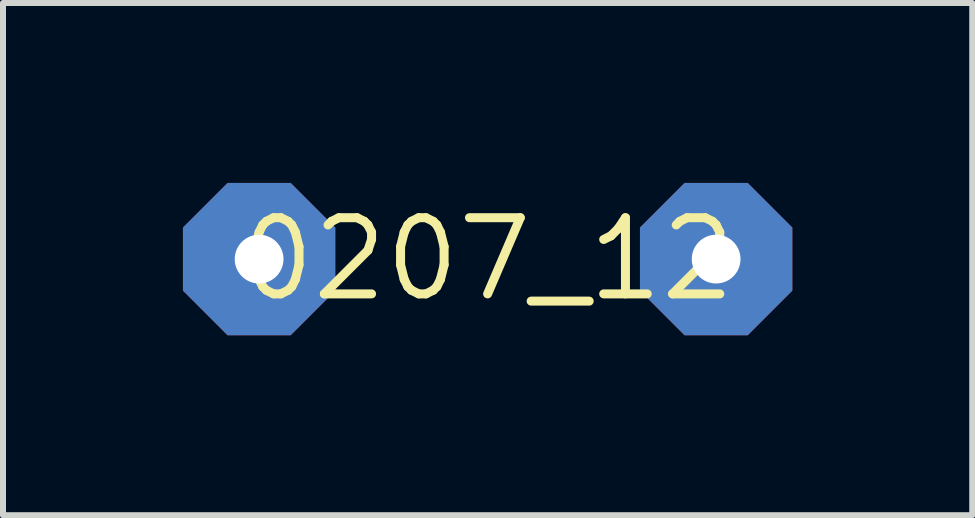
<source format=kicad_pcb>
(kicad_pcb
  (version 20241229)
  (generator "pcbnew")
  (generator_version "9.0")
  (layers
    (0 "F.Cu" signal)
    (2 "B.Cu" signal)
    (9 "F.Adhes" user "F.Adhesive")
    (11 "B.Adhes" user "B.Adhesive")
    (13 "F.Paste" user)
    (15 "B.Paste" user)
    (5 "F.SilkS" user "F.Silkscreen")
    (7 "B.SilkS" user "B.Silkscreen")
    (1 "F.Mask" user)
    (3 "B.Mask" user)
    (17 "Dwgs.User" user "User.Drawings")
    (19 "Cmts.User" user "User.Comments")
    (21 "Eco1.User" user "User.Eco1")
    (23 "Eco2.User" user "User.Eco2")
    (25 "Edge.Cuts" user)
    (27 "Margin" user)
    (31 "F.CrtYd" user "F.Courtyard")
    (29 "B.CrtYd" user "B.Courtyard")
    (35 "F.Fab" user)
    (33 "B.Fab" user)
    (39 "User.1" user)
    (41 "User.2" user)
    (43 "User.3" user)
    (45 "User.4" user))
  (footprint "0207_12"
    (layer "F.Cu")
    (at 5.08 1.27)
    (property "Reference" "0207_12" (at 0 0 180) (layer "F.SilkS") (effects (font (size 1.27 1.27) (thickness 0.15))))
    (pad "1" thru_hole roundrect (at -3.81 0) (size 2.54 2.54) (drill 0.813) (layers "*.Cu" "*.Mask") (roundrect_rratio 0.25) (chamfer_ratio 0.293) (chamfer top_left top_right bottom_left bottom_right))
    (pad "2" thru_hole roundrect (at 3.81 0) (size 2.54 2.54) (drill 0.813) (layers "*.Cu" "*.Mask") (roundrect_rratio 0.25) (chamfer_ratio 0.293) (chamfer top_left top_right bottom_left bottom_right)))
  (gr_rect
    (start -3 -3)
    (end 13.16 5.54)
    (stroke (width 0.1) (type default))
    (fill no)
    (layer "Edge.Cuts")))
</source>
